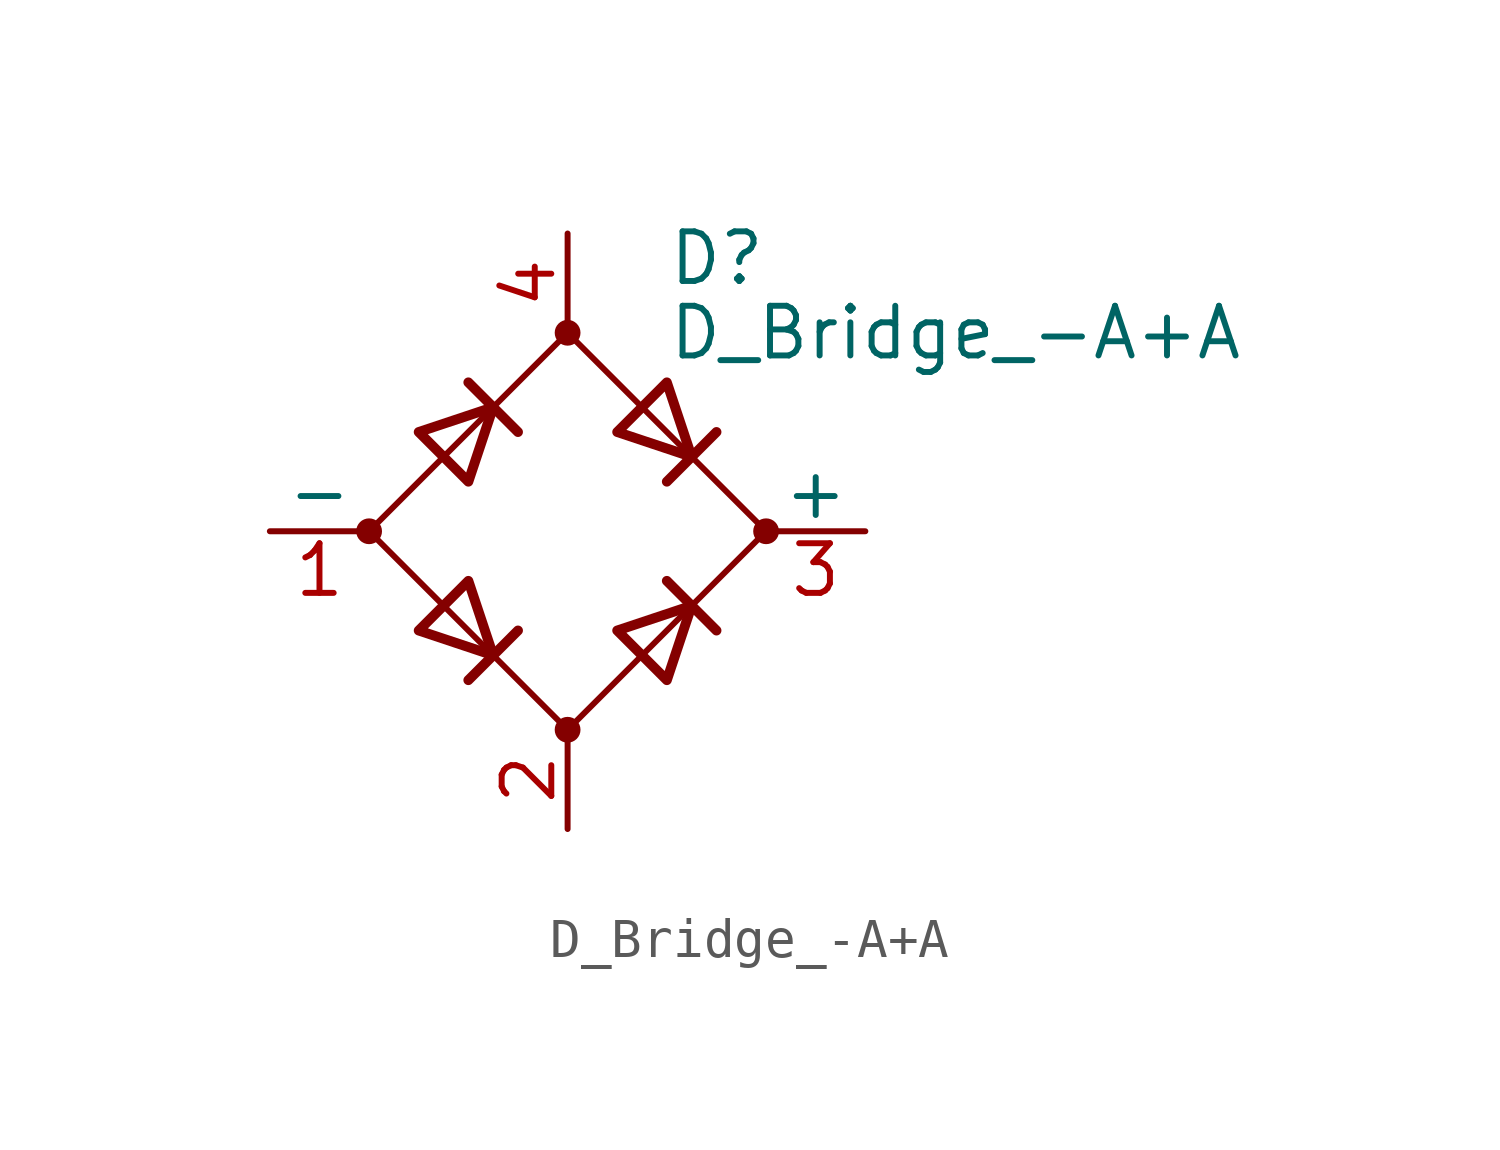
<source format=kicad_sym>
(kicad_symbol_lib
  (version 20241209)
  (generator "kicad_symbol_editor")
  (generator_version "9.0")
  (symbol "D_Bridge_-A+A"
    (pin_names
      (offset 0))
    (property "Reference" "D"
      (at 2.54 6.985 0)
      (effects (font (size 1.27 1.27)) (justify left)))
    (property "Value" "D_Bridge_-A+A"
      (at 2.54 5.08 0)
      (effects (font (size 1.27 1.27)) (justify left)))
    (symbol "D_Bridge_-A+A_0_1"
      (circle (center -5.08 0) (radius 0.254) (stroke (width 0) (type default)) (fill (type outline)))
      (polyline (pts (xy -5.08 0) (xy 0 -5.08) (xy 5.08 0) (xy 0 5.08) (xy -5.08 0)) (stroke (width 0) (type default)) (fill (type none)))
      (polyline (pts (xy -3.81 2.54) (xy -2.54 1.27) (xy -1.905 3.175) (xy -3.81 2.54)) (stroke (width 0.254) (type default)) (fill (type none)))
      (polyline (pts (xy -2.54 3.81) (xy -1.27 2.54)) (stroke (width 0.254) (type default)) (fill (type none)))
      (polyline (pts (xy -2.54 -1.27) (xy -3.81 -2.54) (xy -1.905 -3.175) (xy -2.54 -1.27)) (stroke (width 0.254) (type default)) (fill (type none)))
      (polyline (pts (xy -1.27 -2.54) (xy -2.54 -3.81)) (stroke (width 0.254) (type default)) (fill (type none)))
      (circle (center 0 5.08) (radius 0.254) (stroke (width 0) (type default)) (fill (type outline)))
      (circle (center 0 -5.08) (radius 0.254) (stroke (width 0) (type default)) (fill (type outline)))
      (polyline (pts (xy 1.27 2.54) (xy 2.54 3.81) (xy 3.175 1.905) (xy 1.27 2.54)) (stroke (width 0.254) (type default)) (fill (type none)))
      (polyline (pts (xy 2.54 1.27) (xy 3.81 2.54)) (stroke (width 0.254) (type default)) (fill (type none)))
      (polyline (pts (xy 2.54 -1.27) (xy 3.81 -2.54)) (stroke (width 0.254) (type default)) (fill (type none)))
      (polyline (pts (xy 3.175 -1.905) (xy 1.27 -2.54) (xy 2.54 -3.81) (xy 3.175 -1.905)) (stroke (width 0.254) (type default)) (fill (type none)))
      (circle (center 5.08 0) (radius 0.254) (stroke (width 0) (type default)) (fill (type outline))))
    (symbol "D_Bridge_-A+A_1_1"
      (pin passive line (at -7.62 0 0) (length 2.54) (name "-" (effects (font (size 1.27 1.27)))) (number "1" (effects (font (size 1.27 1.27)))))
      (pin passive line (at 0 7.62 270) (length 2.54) (name "~" (effects (font (size 1.27 1.27)))) (number "4" (effects (font (size 1.27 1.27)))))
      (pin passive line (at 0 -7.62 90) (length 2.54) (name "~" (effects (font (size 1.27 1.27)))) (number "2" (effects (font (size 1.27 1.27)))))
      (pin passive line (at 7.62 0 180) (length 2.54) (name "+" (effects (font (size 1.27 1.27)))) (number "3" (effects (font (size 1.27 1.27))))))))
</source>
